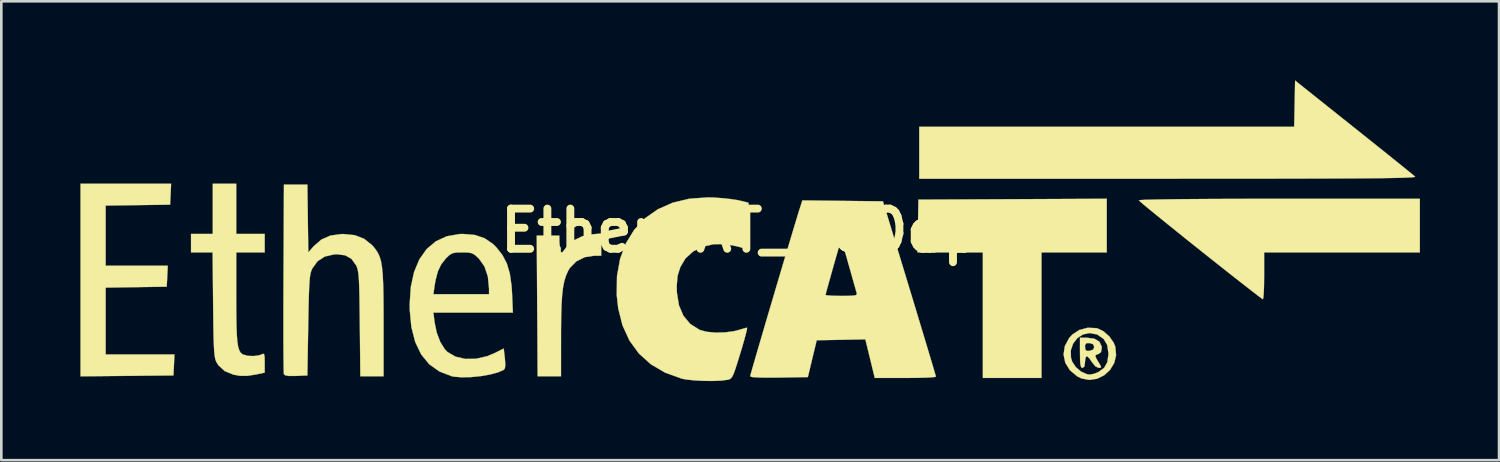
<source format=kicad_pcb>
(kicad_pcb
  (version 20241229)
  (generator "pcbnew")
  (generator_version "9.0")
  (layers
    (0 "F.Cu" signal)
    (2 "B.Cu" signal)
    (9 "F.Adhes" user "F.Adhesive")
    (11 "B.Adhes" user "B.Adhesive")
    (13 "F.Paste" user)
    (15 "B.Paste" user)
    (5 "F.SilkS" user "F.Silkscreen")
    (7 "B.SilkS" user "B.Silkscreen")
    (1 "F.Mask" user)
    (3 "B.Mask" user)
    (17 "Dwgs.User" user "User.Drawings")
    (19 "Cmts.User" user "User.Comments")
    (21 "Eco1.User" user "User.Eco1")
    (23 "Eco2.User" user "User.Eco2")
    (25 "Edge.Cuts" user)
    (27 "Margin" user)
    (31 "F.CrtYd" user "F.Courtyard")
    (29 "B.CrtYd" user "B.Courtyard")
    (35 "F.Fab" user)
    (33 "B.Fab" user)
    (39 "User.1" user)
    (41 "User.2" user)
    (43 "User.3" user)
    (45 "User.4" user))
  (footprint "EtherCAT_400dpi"
    (layer "F.Cu")
    (at 25.405 5.697)
    (property "Reference" "EtherCAT_400dpi" (at 0 0 0) (layer "F.SilkS") (effects (font (size 1.524 1.524) (thickness 0.3))))
    (attr through_hole)
    (fp_poly (pts (xy 13.525 0.826) (xy 11.049 0.826) (xy 11.049 5.588) (xy 8.826 5.588) (xy 8.826 0.826) (xy 6.347 0.826) (xy 6.364 -0.175) (xy 6.382 -1.175) (xy 13.525 -1.208) (xy 13.525 0.826)) (stroke (width 0.01) (type solid)) (fill yes) (layer "F.SilkS"))
    (fp_poly (pts (xy -22.003 -0.984) (xy -23.225 -0.967) (xy -24.448 -0.95) (xy -24.448 0.192) (xy -24.448 1.333) (xy -22.092 1.333) (xy -22.13 2.127) (xy -24.448 2.162) (xy -24.448 4.699) (xy -21.838 4.699) (xy -21.876 5.493) (xy -25.4 5.527) (xy -25.4 -1.778) (xy -21.965 -1.778) (xy -22.003 -0.984)) (stroke (width 0.01) (type solid)) (fill yes) (layer "F.SilkS"))
    (fp_poly (pts (xy -5.652 0.953) (xy -5.924 0.953) (xy -6.279 1.009) (xy -6.592 1.166) (xy -6.834 1.408) (xy -6.905 1.525) (xy -6.985 1.706) (xy -7.049 1.908) (xy -7.097 2.148) (xy -7.132 2.442) (xy -7.155 2.807) (xy -7.169 3.26) (xy -7.175 3.817) (xy -7.175 4.048) (xy -7.176 5.524) (xy -8.062 5.524) (xy -8.079 2.857) (xy -8.096 0.19) (xy -7.668 0.19) (xy -7.239 0.191) (xy -7.238 0.397) (xy -7.226 0.591) (xy -7.199 0.746) (xy -7.171 0.824) (xy -7.13 0.826) (xy -7.055 0.74) (xy -6.985 0.645) (xy -6.718 0.383) (xy -6.366 0.213) (xy -5.985 0.14) (xy -5.652 0.111) (xy -5.652 0.953)) (stroke (width 0.01) (type solid)) (fill yes) (layer "F.SilkS"))
    (fp_poly (pts (xy 22.905 -3.909) (xy 23.369 -3.539) (xy 23.804 -3.191) (xy 24.2 -2.875) (xy 24.545 -2.597) (xy 24.831 -2.367) (xy 25.045 -2.193) (xy 25.179 -2.083) (xy 25.22 -2.048) (xy 25.209 -2.037) (xy 25.149 -2.027) (xy 25.037 -2.018) (xy 24.865 -2.009) (xy 24.63 -2.002) (xy 24.326 -1.996) (xy 23.948 -1.99) (xy 23.491 -1.985) (xy 22.95 -1.981) (xy 22.319 -1.978) (xy 21.594 -1.975) (xy 20.77 -1.973) (xy 19.841 -1.971) (xy 18.802 -1.97) (xy 17.649 -1.969) (xy 16.375 -1.969) (xy 15.856 -1.968) (xy 6.413 -1.968) (xy 6.413 -3.937) (xy 13.524 -3.937) (xy 20.634 -3.937) (xy 20.652 -4.814) (xy 20.669 -5.692) (xy 22.905 -3.909)) (stroke (width 0.01) (type solid)) (fill yes) (layer "F.SilkS"))
    (fp_poly (pts (xy 25.4 0.826) (xy 19.494 0.826) (xy 19.494 1.714) (xy 19.491 2.034) (xy 19.483 2.302) (xy 19.469 2.497) (xy 19.453 2.595) (xy 19.447 2.603) (xy 19.389 2.564) (xy 19.242 2.454) (xy 19.016 2.28) (xy 18.72 2.05) (xy 18.365 1.772) (xy 17.961 1.454) (xy 17.518 1.103) (xy 17.081 0.756) (xy 16.611 0.381) (xy 16.172 0.028) (xy 15.773 -0.293) (xy 15.426 -0.575) (xy 15.139 -0.809) (xy 14.923 -0.988) (xy 14.788 -1.104) (xy 14.743 -1.148) (xy 14.801 -1.158) (xy 14.981 -1.168) (xy 15.276 -1.176) (xy 15.681 -1.184) (xy 16.19 -1.191) (xy 16.797 -1.196) (xy 17.496 -1.201) (xy 18.281 -1.204) (xy 19.147 -1.206) (xy 20.061 -1.206) (xy 25.4 -1.206) (xy 25.4 0.826)) (stroke (width 0.01) (type solid)) (fill yes) (layer "F.SilkS"))
    (fp_poly (pts (xy -19.494 0.127) (xy -18.415 0.127) (xy -18.415 0.826) (xy -19.494 0.826) (xy -19.494 2.531) (xy -19.493 3.103) (xy -19.486 3.562) (xy -19.474 3.921) (xy -19.454 4.194) (xy -19.424 4.393) (xy -19.383 4.532) (xy -19.33 4.625) (xy -19.263 4.686) (xy -19.238 4.7) (xy -19.058 4.75) (xy -18.826 4.758) (xy -18.612 4.726) (xy -18.538 4.697) (xy -18.47 4.67) (xy -18.433 4.698) (xy -18.418 4.805) (xy -18.415 5.009) (xy -18.415 5.387) (xy -18.736 5.456) (xy -19.072 5.509) (xy -19.36 5.507) (xy -19.604 5.463) (xy -19.933 5.328) (xy -20.175 5.102) (xy -20.239 5) (xy -20.271 4.93) (xy -20.297 4.839) (xy -20.317 4.714) (xy -20.333 4.54) (xy -20.345 4.303) (xy -20.355 3.988) (xy -20.362 3.58) (xy -20.368 3.066) (xy -20.371 2.81) (xy -20.39 0.826) (xy -21.209 0.826) (xy -21.209 0.127) (xy -20.384 0.127) (xy -20.384 -1.778) (xy -19.494 -1.778) (xy -19.494 0.127)) (stroke (width 0.01) (type solid)) (fill yes) (layer "F.SilkS"))
    (fp_poly (pts (xy 13.061 4.102) (xy 13.247 4.214) (xy 13.331 4.393) (xy 13.335 4.455) (xy 13.306 4.611) (xy 13.208 4.681) (xy 13.116 4.712) (xy 13.091 4.761) (xy 13.134 4.861) (xy 13.213 4.993) (xy 13.295 5.13) (xy 13.309 5.191) (xy 13.259 5.207) (xy 13.219 5.207) (xy 13.096 5.15) (xy 12.97 4.998) (xy 12.962 4.985) (xy 12.865 4.845) (xy 12.783 4.768) (xy 12.766 4.763) (xy 12.722 4.818) (xy 12.701 4.956) (xy 12.7 4.985) (xy 12.679 5.149) (xy 12.613 5.207) (xy 12.605 5.207) (xy 12.558 5.185) (xy 12.529 5.103) (xy 12.514 4.941) (xy 12.51 4.677) (xy 12.509 4.636) (xy 12.509 4.413) (xy 12.7 4.413) (xy 12.718 4.532) (xy 12.797 4.566) (xy 12.875 4.56) (xy 13.011 4.514) (xy 13.049 4.413) (xy 13.007 4.309) (xy 12.875 4.266) (xy 12.748 4.269) (xy 12.704 4.34) (xy 12.7 4.413) (xy 12.509 4.413) (xy 12.509 4.064) (xy 12.781 4.064) (xy 13.061 4.102)) (stroke (width 0.01) (type solid)) (fill yes) (layer "F.SilkS"))
    (fp_poly (pts (xy 13.136 3.7) (xy 13.171 3.708) (xy 13.401 3.819) (xy 13.62 4.013) (xy 13.787 4.249) (xy 13.848 4.401) (xy 13.879 4.726) (xy 13.807 5.025) (xy 13.649 5.284) (xy 13.427 5.487) (xy 13.159 5.619) (xy 12.865 5.664) (xy 12.564 5.607) (xy 12.409 5.531) (xy 12.127 5.296) (xy 11.952 5.013) (xy 11.887 4.701) (xy 11.911 4.538) (xy 12.162 4.538) (xy 12.167 4.816) (xy 12.215 4.973) (xy 12.353 5.181) (xy 12.556 5.351) (xy 12.781 5.449) (xy 12.878 5.461) (xy 13.04 5.432) (xy 13.207 5.366) (xy 13.424 5.208) (xy 13.547 4.992) (xy 13.589 4.696) (xy 13.589 4.662) (xy 13.545 4.345) (xy 13.41 4.112) (xy 13.176 3.951) (xy 13.148 3.938) (xy 12.877 3.885) (xy 12.625 3.938) (xy 12.409 4.078) (xy 12.249 4.285) (xy 12.162 4.538) (xy 11.911 4.538) (xy 11.934 4.384) (xy 12.095 4.081) (xy 12.217 3.944) (xy 12.482 3.77) (xy 12.803 3.685) (xy 13.136 3.7)) (stroke (width 0.01) (type solid)) (fill yes) (layer "F.SilkS"))
    (fp_poly (pts (xy -16.779 -0.46) (xy -16.761 0.827) (xy -16.557 0.594) (xy -16.268 0.341) (xy -15.926 0.19) (xy -15.512 0.131) (xy -15.431 0.13) (xy -15.001 0.173) (xy -14.647 0.308) (xy -14.351 0.543) (xy -14.306 0.592) (xy -14.203 0.718) (xy -14.12 0.846) (xy -14.054 0.992) (xy -14.002 1.169) (xy -13.965 1.392) (xy -13.938 1.674) (xy -13.921 2.031) (xy -13.911 2.476) (xy -13.907 3.023) (xy -13.906 3.504) (xy -13.906 5.524) (xy -14.787 5.524) (xy -14.807 3.54) (xy -14.814 2.978) (xy -14.82 2.529) (xy -14.829 2.176) (xy -14.839 1.907) (xy -14.853 1.706) (xy -14.872 1.558) (xy -14.895 1.449) (xy -14.925 1.363) (xy -14.947 1.315) (xy -15.121 1.075) (xy -15.359 0.938) (xy -15.673 0.897) (xy -15.78 0.902) (xy -16.136 0.984) (xy -16.413 1.164) (xy -16.613 1.443) (xy -16.648 1.524) (xy -16.676 1.621) (xy -16.698 1.751) (xy -16.715 1.928) (xy -16.729 2.167) (xy -16.741 2.484) (xy -16.751 2.893) (xy -16.761 3.409) (xy -16.764 3.588) (xy -16.796 5.493) (xy -17.225 5.512) (xy -17.483 5.514) (xy -17.631 5.492) (xy -17.686 5.448) (xy -17.692 5.371) (xy -17.696 5.178) (xy -17.7 4.882) (xy -17.703 4.494) (xy -17.705 4.026) (xy -17.705 3.49) (xy -17.705 2.897) (xy -17.703 2.258) (xy -17.701 1.81) (xy -17.685 -1.746) (xy -16.796 -1.746) (xy -16.779 -0.46)) (stroke (width 0.01) (type solid)) (fill yes) (layer "F.SilkS"))
    (fp_poly (pts (xy -10.447 0.165) (xy -10.079 0.287) (xy -9.762 0.502) (xy -9.634 0.627) (xy -9.4 0.922) (xy -9.23 1.248) (xy -9.117 1.63) (xy -9.051 2.095) (xy -9.032 2.397) (xy -9.001 3.111) (xy -12.016 3.111) (xy -11.971 3.477) (xy -11.89 3.87) (xy -11.757 4.221) (xy -11.585 4.498) (xy -11.482 4.604) (xy -11.177 4.781) (xy -10.808 4.867) (xy -10.399 4.861) (xy -9.976 4.764) (xy -9.71 4.653) (xy -9.348 4.473) (xy -9.305 4.85) (xy -9.288 5.085) (xy -9.304 5.222) (xy -9.346 5.28) (xy -9.562 5.377) (xy -9.867 5.458) (xy -10.225 5.52) (xy -10.599 5.557) (xy -10.952 5.564) (xy -11.246 5.539) (xy -11.32 5.523) (xy -11.787 5.345) (xy -12.174 5.069) (xy -12.48 4.696) (xy -12.706 4.225) (xy -12.851 3.659) (xy -12.914 2.998) (xy -12.916 2.794) (xy -12.891 2.413) (xy -12.016 2.413) (xy -9.906 2.413) (xy -9.906 2.194) (xy -9.95 1.742) (xy -10.079 1.36) (xy -10.287 1.065) (xy -10.288 1.064) (xy -10.429 0.932) (xy -10.549 0.86) (xy -10.697 0.831) (xy -10.923 0.826) (xy -10.924 0.826) (xy -11.149 0.831) (xy -11.295 0.859) (xy -11.411 0.929) (xy -11.544 1.058) (xy -11.553 1.068) (xy -11.725 1.289) (xy -11.848 1.551) (xy -11.936 1.888) (xy -11.973 2.111) (xy -12.016 2.413) (xy -12.891 2.413) (xy -12.873 2.14) (xy -12.749 1.57) (xy -12.547 1.088) (xy -12.27 0.698) (xy -11.923 0.406) (xy -11.508 0.215) (xy -11.03 0.131) (xy -10.894 0.127) (xy -10.447 0.165)) (stroke (width 0.01) (type solid)) (fill yes) (layer "F.SilkS"))
    (fp_poly (pts (xy -1.374 -1.253) (xy -1.056 -1.23) (xy -0.744 -1.197) (xy -0.486 -1.158) (xy -0.397 -1.139) (xy -0.064 -1.058) (xy -0.064 -0.18) (xy -0.067 0.138) (xy -0.076 0.404) (xy -0.089 0.596) (xy -0.105 0.691) (xy -0.111 0.698) (xy -0.195 0.68) (xy -0.356 0.636) (xy -0.47 0.603) (xy -0.933 0.512) (xy -1.384 0.516) (xy -1.8 0.609) (xy -2.16 0.787) (xy -2.442 1.043) (xy -2.473 1.085) (xy -2.652 1.389) (xy -2.754 1.717) (xy -2.787 2.104) (xy -2.78 2.349) (xy -2.702 2.833) (xy -2.533 3.23) (xy -2.274 3.54) (xy -1.925 3.76) (xy -1.891 3.775) (xy -1.638 3.84) (xy -1.31 3.869) (xy -0.954 3.861) (xy -0.618 3.816) (xy -0.47 3.779) (xy -0.285 3.725) (xy -0.154 3.69) (xy -0.118 3.684) (xy -0.122 3.741) (xy -0.159 3.898) (xy -0.223 4.137) (xy -0.309 4.436) (xy -0.374 4.651) (xy -0.486 5.014) (xy -0.57 5.274) (xy -0.636 5.449) (xy -0.692 5.557) (xy -0.747 5.617) (xy -0.809 5.647) (xy -0.859 5.659) (xy -1.1 5.69) (xy -1.424 5.703) (xy -1.785 5.699) (xy -2.139 5.679) (xy -2.443 5.645) (xy -2.603 5.613) (xy -3.231 5.386) (xy -3.771 5.068) (xy -4.221 4.662) (xy -4.579 4.172) (xy -4.841 3.6) (xy -5.006 2.95) (xy -5.062 2.448) (xy -5.052 1.727) (xy -4.934 1.069) (xy -4.714 0.481) (xy -4.399 -0.031) (xy -3.995 -0.463) (xy -3.506 -0.807) (xy -2.939 -1.059) (xy -2.299 -1.211) (xy -1.593 -1.26) (xy -1.374 -1.253)) (stroke (width 0.01) (type solid)) (fill yes) (layer "F.SilkS"))
    (fp_poly (pts (xy 5.036 -1.111) (xy 6.04 2.191) (xy 6.229 2.813) (xy 6.406 3.399) (xy 6.569 3.937) (xy 6.713 4.416) (xy 6.836 4.825) (xy 6.933 5.152) (xy 7.002 5.387) (xy 7.04 5.517) (xy 7.046 5.54) (xy 6.987 5.555) (xy 6.82 5.569) (xy 6.566 5.579) (xy 6.245 5.586) (xy 5.887 5.588) (xy 4.725 5.588) (xy 4.547 4.856) (xy 4.368 4.124) (xy 3.445 4.142) (xy 2.523 4.159) (xy 2.355 4.858) (xy 2.188 5.556) (xy 1.094 5.574) (xy 0.633 5.577) (xy 0.298 5.571) (xy 0.088 5.556) (xy 0.002 5.53) (xy 0 5.524) (xy 0.017 5.455) (xy 0.067 5.277) (xy 0.145 5.006) (xy 0.247 4.654) (xy 0.369 4.237) (xy 0.507 3.767) (xy 0.656 3.258) (xy 0.814 2.725) (xy 0.898 2.44) (xy 2.857 2.44) (xy 2.916 2.456) (xy 3.075 2.468) (xy 3.305 2.475) (xy 3.465 2.477) (xy 3.746 2.474) (xy 3.922 2.465) (xy 4.014 2.445) (xy 4.045 2.41) (xy 4.039 2.365) (xy 4.011 2.267) (xy 3.955 2.071) (xy 3.879 1.802) (xy 3.79 1.485) (xy 3.748 1.338) (xy 3.657 1.016) (xy 3.576 0.741) (xy 3.513 0.533) (xy 3.474 0.415) (xy 3.466 0.397) (xy 3.431 0.426) (xy 3.406 0.487) (xy 3.331 0.746) (xy 3.244 1.048) (xy 3.153 1.369) (xy 3.063 1.687) (xy 2.982 1.977) (xy 2.916 2.215) (xy 2.873 2.377) (xy 2.857 2.44) (xy 0.898 2.44) (xy 0.974 2.182) (xy 1.135 1.641) (xy 1.29 1.118) (xy 1.437 0.626) (xy 1.571 0.178) (xy 1.688 -0.21) (xy 1.784 -0.526) (xy 1.854 -0.756) (xy 1.882 -0.842) (xy 1.979 -1.145) (xy 5.036 -1.111)) (stroke (width 0.01) (type solid)) (fill yes) (layer "F.SilkS")))
  (gr_rect
    (start -3 -3)
    (end 53.81 14.404)
    (stroke (width 0.1) (type default))
    (fill no)
    (layer "Edge.Cuts")))
</source>
